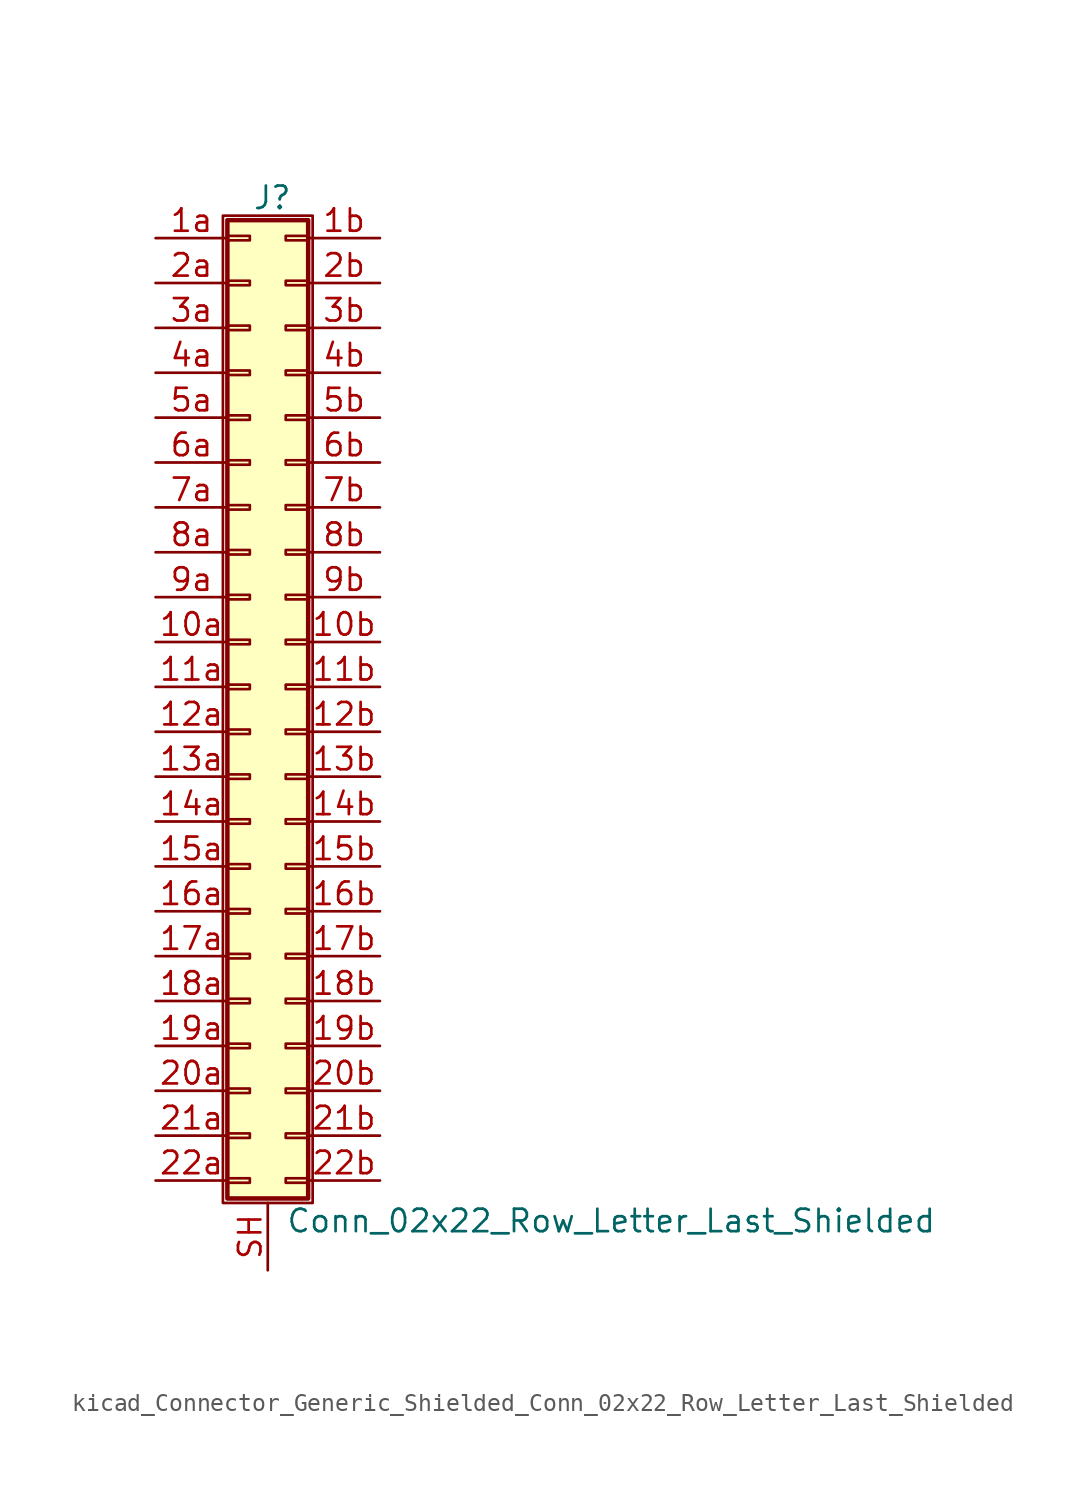
<source format=kicad_sym>
(kicad_symbol_lib
  (version 20220914)
  (generator kicad_symbol_editor)
  (symbol "kicad_Connector_Generic_Shielded_Conn_02x22_Row_Letter_Last_Shielded"
    (pin_names
      (offset 1.016) hide)
    (property "Reference" "J"
      (at 1.524 27.686 0)
      (effects (font (size 1.27 1.27))))
    (property "Value" "Conn_02x22_Row_Letter_Last_Shielded"
      (at 2.286 -30.226 0)
      (effects (font (size 1.27 1.27)) (justify left)))
    (symbol "kicad_Connector_Generic_Shielded_Conn_02x22_Row_Letter_Last_Shielded_1_1"
      (rectangle (start -1.27 26.67) (end 3.81 -29.21) (stroke (width 0.152) (type default)) (fill (type none)))
      (rectangle (start -1.016 -27.813) (end 0.254 -28.067) (stroke (width 0.152) (type default)) (fill (type none)))
      (rectangle (start -1.016 -25.273) (end 0.254 -25.527) (stroke (width 0.152) (type default)) (fill (type none)))
      (rectangle (start -1.016 -22.733) (end 0.254 -22.987) (stroke (width 0.152) (type default)) (fill (type none)))
      (rectangle (start -1.016 -20.193) (end 0.254 -20.447) (stroke (width 0.152) (type default)) (fill (type none)))
      (rectangle (start -1.016 -17.653) (end 0.254 -17.907) (stroke (width 0.152) (type default)) (fill (type none)))
      (rectangle (start -1.016 -15.113) (end 0.254 -15.367) (stroke (width 0.152) (type default)) (fill (type none)))
      (rectangle (start -1.016 -12.573) (end 0.254 -12.827) (stroke (width 0.152) (type default)) (fill (type none)))
      (rectangle (start -1.016 -10.033) (end 0.254 -10.287) (stroke (width 0.152) (type default)) (fill (type none)))
      (rectangle (start -1.016 -7.493) (end 0.254 -7.747) (stroke (width 0.152) (type default)) (fill (type none)))
      (rectangle (start -1.016 -4.953) (end 0.254 -5.207) (stroke (width 0.152) (type default)) (fill (type none)))
      (rectangle (start -1.016 -2.413) (end 0.254 -2.667) (stroke (width 0.152) (type default)) (fill (type none)))
      (rectangle (start -1.016 0.127) (end 0.254 -0.127) (stroke (width 0.152) (type default)) (fill (type none)))
      (rectangle (start -1.016 2.667) (end 0.254 2.413) (stroke (width 0.152) (type default)) (fill (type none)))
      (rectangle (start -1.016 5.207) (end 0.254 4.953) (stroke (width 0.152) (type default)) (fill (type none)))
      (rectangle (start -1.016 7.747) (end 0.254 7.493) (stroke (width 0.152) (type default)) (fill (type none)))
      (rectangle (start -1.016 10.287) (end 0.254 10.033) (stroke (width 0.152) (type default)) (fill (type none)))
      (rectangle (start -1.016 12.827) (end 0.254 12.573) (stroke (width 0.152) (type default)) (fill (type none)))
      (rectangle (start -1.016 15.367) (end 0.254 15.113) (stroke (width 0.152) (type default)) (fill (type none)))
      (rectangle (start -1.016 17.907) (end 0.254 17.653) (stroke (width 0.152) (type default)) (fill (type none)))
      (rectangle (start -1.016 20.447) (end 0.254 20.193) (stroke (width 0.152) (type default)) (fill (type none)))
      (rectangle (start -1.016 22.987) (end 0.254 22.733) (stroke (width 0.152) (type default)) (fill (type none)))
      (rectangle (start -1.016 25.527) (end 0.254 25.273) (stroke (width 0.152) (type default)) (fill (type none)))
      (rectangle (start -1.016 26.416) (end 3.556 -28.956) (stroke (width 0.254) (type default)) (fill (type background)))
      (rectangle (start 3.556 -27.813) (end 2.286 -28.067) (stroke (width 0.152) (type default)) (fill (type none)))
      (rectangle (start 3.556 -25.273) (end 2.286 -25.527) (stroke (width 0.152) (type default)) (fill (type none)))
      (rectangle (start 3.556 -22.733) (end 2.286 -22.987) (stroke (width 0.152) (type default)) (fill (type none)))
      (rectangle (start 3.556 -20.193) (end 2.286 -20.447) (stroke (width 0.152) (type default)) (fill (type none)))
      (rectangle (start 3.556 -17.653) (end 2.286 -17.907) (stroke (width 0.152) (type default)) (fill (type none)))
      (rectangle (start 3.556 -15.113) (end 2.286 -15.367) (stroke (width 0.152) (type default)) (fill (type none)))
      (rectangle (start 3.556 -12.573) (end 2.286 -12.827) (stroke (width 0.152) (type default)) (fill (type none)))
      (rectangle (start 3.556 -10.033) (end 2.286 -10.287) (stroke (width 0.152) (type default)) (fill (type none)))
      (rectangle (start 3.556 -7.493) (end 2.286 -7.747) (stroke (width 0.152) (type default)) (fill (type none)))
      (rectangle (start 3.556 -4.953) (end 2.286 -5.207) (stroke (width 0.152) (type default)) (fill (type none)))
      (rectangle (start 3.556 -2.413) (end 2.286 -2.667) (stroke (width 0.152) (type default)) (fill (type none)))
      (rectangle (start 3.556 0.127) (end 2.286 -0.127) (stroke (width 0.152) (type default)) (fill (type none)))
      (rectangle (start 3.556 2.667) (end 2.286 2.413) (stroke (width 0.152) (type default)) (fill (type none)))
      (rectangle (start 3.556 5.207) (end 2.286 4.953) (stroke (width 0.152) (type default)) (fill (type none)))
      (rectangle (start 3.556 7.747) (end 2.286 7.493) (stroke (width 0.152) (type default)) (fill (type none)))
      (rectangle (start 3.556 10.287) (end 2.286 10.033) (stroke (width 0.152) (type default)) (fill (type none)))
      (rectangle (start 3.556 12.827) (end 2.286 12.573) (stroke (width 0.152) (type default)) (fill (type none)))
      (rectangle (start 3.556 15.367) (end 2.286 15.113) (stroke (width 0.152) (type default)) (fill (type none)))
      (rectangle (start 3.556 17.907) (end 2.286 17.653) (stroke (width 0.152) (type default)) (fill (type none)))
      (rectangle (start 3.556 20.447) (end 2.286 20.193) (stroke (width 0.152) (type default)) (fill (type none)))
      (rectangle (start 3.556 22.987) (end 2.286 22.733) (stroke (width 0.152) (type default)) (fill (type none)))
      (rectangle (start 3.556 25.527) (end 2.286 25.273) (stroke (width 0.152) (type default)) (fill (type none)))
      (pin passive line (at -5.08 2.54 0) (length 4.064) (name "Pin_10a" (effects (font (size 1.27 1.27)))) (number "10a" (effects (font (size 1.27 1.27)))))
      (pin passive line (at 7.62 2.54 180) (length 4.064) (name "Pin_10b" (effects (font (size 1.27 1.27)))) (number "10b" (effects (font (size 1.27 1.27)))))
      (pin passive line (at -5.08 0 0) (length 4.064) (name "Pin_11a" (effects (font (size 1.27 1.27)))) (number "11a" (effects (font (size 1.27 1.27)))))
      (pin passive line (at 7.62 0 180) (length 4.064) (name "Pin_11b" (effects (font (size 1.27 1.27)))) (number "11b" (effects (font (size 1.27 1.27)))))
      (pin passive line (at -5.08 -2.54 0) (length 4.064) (name "Pin_12a" (effects (font (size 1.27 1.27)))) (number "12a" (effects (font (size 1.27 1.27)))))
      (pin passive line (at 7.62 -2.54 180) (length 4.064) (name "Pin_12b" (effects (font (size 1.27 1.27)))) (number "12b" (effects (font (size 1.27 1.27)))))
      (pin passive line (at -5.08 -5.08 0) (length 4.064) (name "Pin_13a" (effects (font (size 1.27 1.27)))) (number "13a" (effects (font (size 1.27 1.27)))))
      (pin passive line (at 7.62 -5.08 180) (length 4.064) (name "Pin_13b" (effects (font (size 1.27 1.27)))) (number "13b" (effects (font (size 1.27 1.27)))))
      (pin passive line (at -5.08 -7.62 0) (length 4.064) (name "Pin_14a" (effects (font (size 1.27 1.27)))) (number "14a" (effects (font (size 1.27 1.27)))))
      (pin passive line (at 7.62 -7.62 180) (length 4.064) (name "Pin_14b" (effects (font (size 1.27 1.27)))) (number "14b" (effects (font (size 1.27 1.27)))))
      (pin passive line (at -5.08 -10.16 0) (length 4.064) (name "Pin_15a" (effects (font (size 1.27 1.27)))) (number "15a" (effects (font (size 1.27 1.27)))))
      (pin passive line (at 7.62 -10.16 180) (length 4.064) (name "Pin_15b" (effects (font (size 1.27 1.27)))) (number "15b" (effects (font (size 1.27 1.27)))))
      (pin passive line (at -5.08 -12.7 0) (length 4.064) (name "Pin_16a" (effects (font (size 1.27 1.27)))) (number "16a" (effects (font (size 1.27 1.27)))))
      (pin passive line (at 7.62 -12.7 180) (length 4.064) (name "Pin_16b" (effects (font (size 1.27 1.27)))) (number "16b" (effects (font (size 1.27 1.27)))))
      (pin passive line (at -5.08 -15.24 0) (length 4.064) (name "Pin_17a" (effects (font (size 1.27 1.27)))) (number "17a" (effects (font (size 1.27 1.27)))))
      (pin passive line (at 7.62 -15.24 180) (length 4.064) (name "Pin_17b" (effects (font (size 1.27 1.27)))) (number "17b" (effects (font (size 1.27 1.27)))))
      (pin passive line (at -5.08 -17.78 0) (length 4.064) (name "Pin_18a" (effects (font (size 1.27 1.27)))) (number "18a" (effects (font (size 1.27 1.27)))))
      (pin passive line (at 7.62 -17.78 180) (length 4.064) (name "Pin_18b" (effects (font (size 1.27 1.27)))) (number "18b" (effects (font (size 1.27 1.27)))))
      (pin passive line (at -5.08 -20.32 0) (length 4.064) (name "Pin_19a" (effects (font (size 1.27 1.27)))) (number "19a" (effects (font (size 1.27 1.27)))))
      (pin passive line (at 7.62 -20.32 180) (length 4.064) (name "Pin_19b" (effects (font (size 1.27 1.27)))) (number "19b" (effects (font (size 1.27 1.27)))))
      (pin passive line (at -5.08 25.4 0) (length 4.064) (name "Pin_1a" (effects (font (size 1.27 1.27)))) (number "1a" (effects (font (size 1.27 1.27)))))
      (pin passive line (at 7.62 25.4 180) (length 4.064) (name "Pin_1b" (effects (font (size 1.27 1.27)))) (number "1b" (effects (font (size 1.27 1.27)))))
      (pin passive line (at -5.08 -22.86 0) (length 4.064) (name "Pin_20a" (effects (font (size 1.27 1.27)))) (number "20a" (effects (font (size 1.27 1.27)))))
      (pin passive line (at 7.62 -22.86 180) (length 4.064) (name "Pin_20b" (effects (font (size 1.27 1.27)))) (number "20b" (effects (font (size 1.27 1.27)))))
      (pin passive line (at -5.08 -25.4 0) (length 4.064) (name "Pin_21a" (effects (font (size 1.27 1.27)))) (number "21a" (effects (font (size 1.27 1.27)))))
      (pin passive line (at 7.62 -25.4 180) (length 4.064) (name "Pin_21b" (effects (font (size 1.27 1.27)))) (number "21b" (effects (font (size 1.27 1.27)))))
      (pin passive line (at -5.08 -27.94 0) (length 4.064) (name "Pin_22a" (effects (font (size 1.27 1.27)))) (number "22a" (effects (font (size 1.27 1.27)))))
      (pin passive line (at 7.62 -27.94 180) (length 4.064) (name "Pin_22b" (effects (font (size 1.27 1.27)))) (number "22b" (effects (font (size 1.27 1.27)))))
      (pin passive line (at -5.08 22.86 0) (length 4.064) (name "Pin_2a" (effects (font (size 1.27 1.27)))) (number "2a" (effects (font (size 1.27 1.27)))))
      (pin passive line (at 7.62 22.86 180) (length 4.064) (name "Pin_2b" (effects (font (size 1.27 1.27)))) (number "2b" (effects (font (size 1.27 1.27)))))
      (pin passive line (at -5.08 20.32 0) (length 4.064) (name "Pin_3a" (effects (font (size 1.27 1.27)))) (number "3a" (effects (font (size 1.27 1.27)))))
      (pin passive line (at 7.62 20.32 180) (length 4.064) (name "Pin_3b" (effects (font (size 1.27 1.27)))) (number "3b" (effects (font (size 1.27 1.27)))))
      (pin passive line (at -5.08 17.78 0) (length 4.064) (name "Pin_4a" (effects (font (size 1.27 1.27)))) (number "4a" (effects (font (size 1.27 1.27)))))
      (pin passive line (at 7.62 17.78 180) (length 4.064) (name "Pin_4b" (effects (font (size 1.27 1.27)))) (number "4b" (effects (font (size 1.27 1.27)))))
      (pin passive line (at -5.08 15.24 0) (length 4.064) (name "Pin_5a" (effects (font (size 1.27 1.27)))) (number "5a" (effects (font (size 1.27 1.27)))))
      (pin passive line (at 7.62 15.24 180) (length 4.064) (name "Pin_5b" (effects (font (size 1.27 1.27)))) (number "5b" (effects (font (size 1.27 1.27)))))
      (pin passive line (at -5.08 12.7 0) (length 4.064) (name "Pin_6a" (effects (font (size 1.27 1.27)))) (number "6a" (effects (font (size 1.27 1.27)))))
      (pin passive line (at 7.62 12.7 180) (length 4.064) (name "Pin_6b" (effects (font (size 1.27 1.27)))) (number "6b" (effects (font (size 1.27 1.27)))))
      (pin passive line (at -5.08 10.16 0) (length 4.064) (name "Pin_7a" (effects (font (size 1.27 1.27)))) (number "7a" (effects (font (size 1.27 1.27)))))
      (pin passive line (at 7.62 10.16 180) (length 4.064) (name "Pin_7b" (effects (font (size 1.27 1.27)))) (number "7b" (effects (font (size 1.27 1.27)))))
      (pin passive line (at -5.08 7.62 0) (length 4.064) (name "Pin_8a" (effects (font (size 1.27 1.27)))) (number "8a" (effects (font (size 1.27 1.27)))))
      (pin passive line (at 7.62 7.62 180) (length 4.064) (name "Pin_8b" (effects (font (size 1.27 1.27)))) (number "8b" (effects (font (size 1.27 1.27)))))
      (pin passive line (at -5.08 5.08 0) (length 4.064) (name "Pin_9a" (effects (font (size 1.27 1.27)))) (number "9a" (effects (font (size 1.27 1.27)))))
      (pin passive line (at 7.62 5.08 180) (length 4.064) (name "Pin_9b" (effects (font (size 1.27 1.27)))) (number "9b" (effects (font (size 1.27 1.27)))))
      (pin passive line (at 1.27 -33.02 90) (length 3.81) (name "Shield" (effects (font (size 1.27 1.27)))) (number "SH" (effects (font (size 1.27 1.27))))))))
</source>
